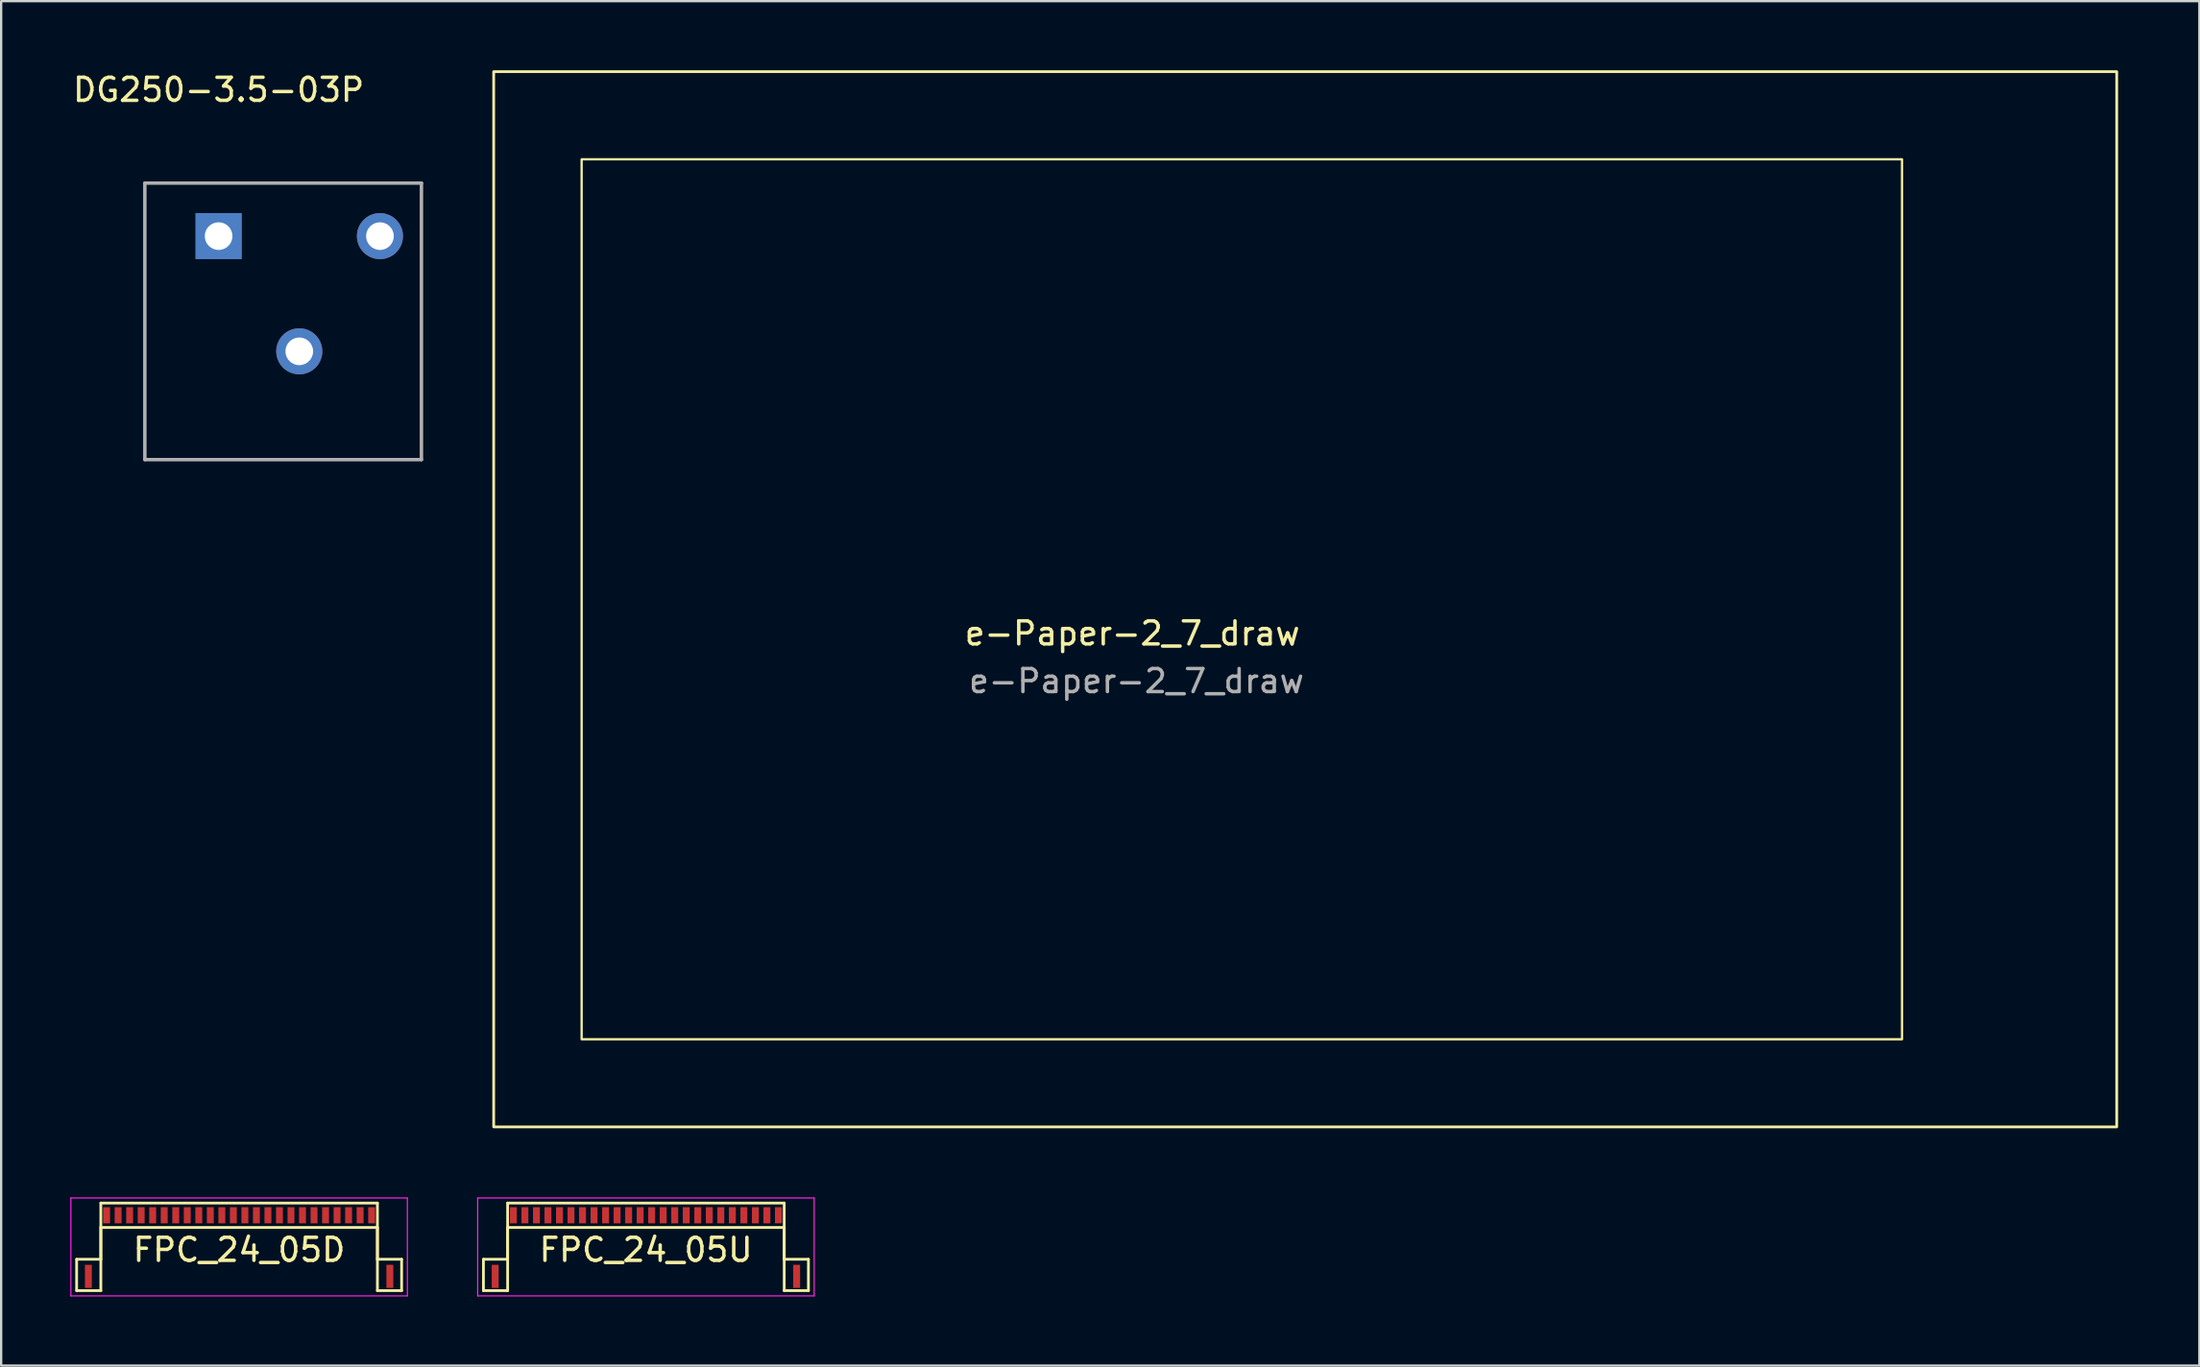
<source format=kicad_pcb>
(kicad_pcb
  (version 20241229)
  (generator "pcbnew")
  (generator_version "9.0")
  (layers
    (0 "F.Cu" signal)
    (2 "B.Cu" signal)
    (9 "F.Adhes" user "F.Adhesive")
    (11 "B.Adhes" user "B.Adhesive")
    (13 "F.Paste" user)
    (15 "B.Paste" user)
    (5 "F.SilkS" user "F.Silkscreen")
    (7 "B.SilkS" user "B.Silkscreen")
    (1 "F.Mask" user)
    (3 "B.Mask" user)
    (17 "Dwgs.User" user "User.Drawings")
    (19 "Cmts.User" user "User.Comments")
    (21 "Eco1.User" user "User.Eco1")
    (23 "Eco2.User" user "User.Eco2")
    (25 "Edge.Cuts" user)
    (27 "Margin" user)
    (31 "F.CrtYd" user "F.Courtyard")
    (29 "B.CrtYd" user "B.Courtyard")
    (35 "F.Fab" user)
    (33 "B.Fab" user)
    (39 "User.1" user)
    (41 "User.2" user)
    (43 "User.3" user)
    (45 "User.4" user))
  (footprint "DG250-3.5-03P"
    (layer "F.Cu")
    (at 6.435 7.198)
    (property "Reference" "DG250-3.5-03P" (at 0 -6.35 0) (layer "F.SilkS") (effects (font (size 1 1) (thickness 0.15))))
    (attr through_hole)
    (fp_line (start -3.2 -2.3) (end -3.2 9.7) (stroke (width 0.15) (type solid)) (layer "F.Fab"))
    (fp_line (start -3.2 -2.3) (end 8.8 -2.3) (stroke (width 0.15) (type solid)) (layer "F.Fab"))
    (fp_line (start -3.2 9.7) (end 8.8 9.7) (stroke (width 0.15) (type solid)) (layer "F.Fab"))
    (fp_line (start 8.8 -2.3) (end 8.8 9.7) (stroke (width 0.15) (type solid)) (layer "F.Fab"))
    (pad "1" thru_hole rect (at 0 0) (size 2 2) (drill 1.2) (layers "*.Cu" "*.Mask"))
    (pad "2" thru_hole circle (at 3.5 5) (size 2 2) (drill 1.2) (layers "*.Cu" "*.Mask"))
    (pad "3" thru_hole circle (at 7 0) (size 2 2) (drill 1.2) (layers "*.Cu" "*.Mask")))
  (footprint "e-Paper-2_7_draw"
    (layer "F.Cu")
    (at 50.83 22.96)
    (property "Reference" "e-Paper-2_7_draw" (at -4.75 1.48 0) (unlocked yes) (layer "F.SilkS") (effects (font (size 1 1) (thickness 0.15))))
    (fp_rect (start -32.46 -22.9) (end 37.96 22.9) (stroke (width 0.12) (type solid)) (fill no) (layer "F.SilkS"))
    (fp_rect (start -28.644 -19.096) (end 28.644 19.096) (stroke (width 0.1) (type solid)) (fill no) (layer "F.SilkS"))
    (fp_line (start -27.46 -9.1) (end 38.54 -9.1) (stroke (width 0.01) (type solid)) (layer "Eco1.User"))
    (fp_circle (center 30.754 17.096) (end 31.754 17.096) (stroke (width 0.12) (type solid)) (fill no) (layer "Eco1.User"))
    (fp_poly (pts (xy 29.144 14.596) (xy 33.054 14.596) (xy 33.054 19.596) (xy -29.144 19.596) (xy -29.144 -19.596) (xy 29.144 -19.596)) (stroke (width 0.08) (type solid)) (fill no) (layer "Eco1.User"))
    (fp_poly (pts (xy 30.794 12.956) (xy 34.704 12.956) (xy 34.704 21.246) (xy -30.794 21.246) (xy -30.794 -21.246) (xy 30.794 -21.246)) (stroke (width 0.12) (type solid)) (fill no) (layer "Eco1.User"))
    (fp_line (start -27.46 -16.85) (end 38.54 -16.85) (stroke (width 0.01) (type solid)) (layer "Eco2.User"))
    (fp_line (start -27.46 -1.35) (end 38.54 -1.35) (stroke (width 0.01) (type solid)) (layer "Eco2.User"))
    (fp_rect (start -24.46 -14.9) (end 29.96 14.9) (stroke (width 0.1) (type dash)) (fill no) (layer "Eco2.User"))
    (fp_text user "24" (at 36.39 -15.84 0) (unlocked yes) (layer "Eco1.User") (effects (font (size 1 1) (thickness 0.15))))
    (fp_text user "L wire = 24,00 mm" (at 19.99 -13.23 0) (unlocked yes) (layer "Eco1.User") (effects (font (size 1 1) (thickness 0.15))))
    (fp_text user "1" (at 36.47 -2.14 0) (unlocked yes) (layer "Eco1.User") (effects (font (size 1 1) (thickness 0.15))))
    (fp_text user "${REFERENCE}" (at -4.57 3.55 0) (unlocked yes) (layer "F.Fab") (effects (font (size 1 1) (thickness 0.15)))))
  (footprint "FPC_24_05U"
    (layer "F.Cu")
    (at 24.975 49.695)
    (property "Reference" "FPC_24_05U" (at 0 1.5 0) (layer "F.SilkS") (effects (font (size 1 1) (thickness 0.15))))
    (attr smd)
    (fp_line (start -7.05 1.91) (end -6 1.91) (stroke (width 0.12) (type solid)) (layer "F.SilkS"))
    (fp_line (start -7.05 3.27) (end -7.05 1.91) (stroke (width 0.12) (type solid)) (layer "F.SilkS"))
    (fp_line (start -6 -0.53) (end 6 -0.53) (stroke (width 0.12) (type solid)) (layer "F.SilkS"))
    (fp_line (start -6 0.53) (end -6 3.27) (stroke (width 0.12) (type solid)) (layer "F.SilkS"))
    (fp_line (start -6 0.53) (end 6 0.53) (stroke (width 0.12) (type solid)) (layer "F.SilkS"))
    (fp_line (start -6 1.91) (end -6 -0.53) (stroke (width 0.12) (type solid)) (layer "F.SilkS"))
    (fp_line (start -6 3.27) (end -7.05 3.27) (stroke (width 0.12) (type solid)) (layer "F.SilkS"))
    (fp_line (start 6 0.53) (end 6 3.27) (stroke (width 0.12) (type solid)) (layer "F.SilkS"))
    (fp_line (start 6 1.91) (end 6 -0.53) (stroke (width 0.12) (type solid)) (layer "F.SilkS"))
    (fp_line (start 6 3.27) (end 7.05 3.27) (stroke (width 0.12) (type solid)) (layer "F.SilkS"))
    (fp_line (start 7.05 1.91) (end 6 1.91) (stroke (width 0.12) (type solid)) (layer "F.SilkS"))
    (fp_line (start 7.05 3.27) (end 7.05 1.91) (stroke (width 0.12) (type solid)) (layer "F.SilkS"))
    (fp_line (start -7.3 -0.75) (end -7.3 3.5) (stroke (width 0.05) (type solid)) (layer "F.CrtYd"))
    (fp_line (start -7.3 -0.75) (end 7.3 -0.75) (stroke (width 0.05) (type solid)) (layer "F.CrtYd"))
    (fp_line (start -7.3 3.5) (end 7.3 3.5) (stroke (width 0.05) (type solid)) (layer "F.CrtYd"))
    (fp_line (start 7.3 -0.75) (end 7.3 3.5) (stroke (width 0.05) (type solid)) (layer "F.CrtYd"))
    (pad "0" smd rect (at -6.54 2.65) (size 0.3 1) (layers "F.Cu" "F.Mask" "F.Paste"))
    (pad "0" smd rect (at 6.54 2.65) (size 0.3 1) (layers "F.Cu" "F.Mask" "F.Paste"))
    (pad "1" smd rect (at 5.75 0) (size 0.3 0.7) (layers "F.Cu" "F.Mask" "F.Paste"))
    (pad "2" smd rect (at 5.25 0) (size 0.3 0.7) (layers "F.Cu" "F.Mask" "F.Paste"))
    (pad "3" smd rect (at 4.75 0) (size 0.3 0.7) (layers "F.Cu" "F.Mask" "F.Paste"))
    (pad "4" smd rect (at 4.25 0) (size 0.3 0.7) (layers "F.Cu" "F.Mask" "F.Paste"))
    (pad "5" smd rect (at 3.75 0) (size 0.3 0.7) (layers "F.Cu" "F.Mask" "F.Paste"))
    (pad "6" smd rect (at 3.25 0) (size 0.3 0.7) (layers "F.Cu" "F.Mask" "F.Paste"))
    (pad "7" smd rect (at 2.75 0) (size 0.3 0.7) (layers "F.Cu" "F.Mask" "F.Paste"))
    (pad "8" smd rect (at 2.25 0) (size 0.3 0.7) (layers "F.Cu" "F.Mask" "F.Paste"))
    (pad "9" smd rect (at 1.75 0) (size 0.3 0.7) (layers "F.Cu" "F.Mask" "F.Paste"))
    (pad "10" smd rect (at 1.25 0) (size 0.3 0.7) (layers "F.Cu" "F.Mask" "F.Paste"))
    (pad "11" smd rect (at 0.75 0) (size 0.3 0.7) (layers "F.Cu" "F.Mask" "F.Paste"))
    (pad "12" smd rect (at 0.25 0) (size 0.3 0.7) (layers "F.Cu" "F.Mask" "F.Paste"))
    (pad "13" smd rect (at -0.25 0) (size 0.3 0.7) (layers "F.Cu" "F.Mask" "F.Paste"))
    (pad "14" smd rect (at -0.75 0) (size 0.3 0.7) (layers "F.Cu" "F.Mask" "F.Paste"))
    (pad "15" smd rect (at -1.25 0) (size 0.3 0.7) (layers "F.Cu" "F.Mask" "F.Paste"))
    (pad "16" smd rect (at -1.75 0) (size 0.3 0.7) (layers "F.Cu" "F.Mask" "F.Paste"))
    (pad "17" smd rect (at -2.25 0) (size 0.3 0.7) (layers "F.Cu" "F.Mask" "F.Paste"))
    (pad "18" smd rect (at -2.75 0) (size 0.3 0.7) (layers "F.Cu" "F.Mask" "F.Paste"))
    (pad "19" smd rect (at -3.25 0) (size 0.3 0.7) (layers "F.Cu" "F.Mask" "F.Paste"))
    (pad "20" smd rect (at -3.75 0) (size 0.3 0.7) (layers "F.Cu" "F.Mask" "F.Paste"))
    (pad "21" smd rect (at -4.25 0) (size 0.3 0.7) (layers "F.Cu" "F.Mask" "F.Paste"))
    (pad "22" smd rect (at -4.75 0) (size 0.3 0.7) (layers "F.Cu" "F.Mask" "F.Paste"))
    (pad "23" smd rect (at -5.25 0) (size 0.3 0.7) (layers "F.Cu" "F.Mask" "F.Paste"))
    (pad "24" smd rect (at -5.75 0) (size 0.3 0.7) (layers "F.Cu" "F.Mask" "F.Paste")))
  (footprint "FPC_24_05D"
    (layer "F.Cu")
    (at 7.325 49.695)
    (property "Reference" "FPC_24_05D" (at 0 1.5 0) (layer "F.SilkS") (effects (font (size 1 1) (thickness 0.15))))
    (attr smd)
    (fp_line (start -7.05 1.91) (end -6 1.91) (stroke (width 0.12) (type solid)) (layer "F.SilkS"))
    (fp_line (start -7.05 3.27) (end -7.05 1.91) (stroke (width 0.12) (type solid)) (layer "F.SilkS"))
    (fp_line (start -6 -0.53) (end 6 -0.53) (stroke (width 0.12) (type solid)) (layer "F.SilkS"))
    (fp_line (start -6 0.53) (end -6 3.27) (stroke (width 0.12) (type solid)) (layer "F.SilkS"))
    (fp_line (start -6 0.53) (end 6 0.53) (stroke (width 0.12) (type solid)) (layer "F.SilkS"))
    (fp_line (start -6 1.91) (end -6 -0.53) (stroke (width 0.12) (type solid)) (layer "F.SilkS"))
    (fp_line (start -6 3.27) (end -7.05 3.27) (stroke (width 0.12) (type solid)) (layer "F.SilkS"))
    (fp_line (start 6 0.53) (end 6 3.27) (stroke (width 0.12) (type solid)) (layer "F.SilkS"))
    (fp_line (start 6 1.91) (end 6 -0.53) (stroke (width 0.12) (type solid)) (layer "F.SilkS"))
    (fp_line (start 6 3.27) (end 7.05 3.27) (stroke (width 0.12) (type solid)) (layer "F.SilkS"))
    (fp_line (start 7.05 1.91) (end 6 1.91) (stroke (width 0.12) (type solid)) (layer "F.SilkS"))
    (fp_line (start 7.05 3.27) (end 7.05 1.91) (stroke (width 0.12) (type solid)) (layer "F.SilkS"))
    (fp_line (start -7.3 -0.75) (end -7.3 3.5) (stroke (width 0.05) (type solid)) (layer "F.CrtYd"))
    (fp_line (start -7.3 -0.75) (end 7.3 -0.75) (stroke (width 0.05) (type solid)) (layer "F.CrtYd"))
    (fp_line (start -7.3 3.5) (end 7.3 3.5) (stroke (width 0.05) (type solid)) (layer "F.CrtYd"))
    (fp_line (start 7.3 -0.75) (end 7.3 3.5) (stroke (width 0.05) (type solid)) (layer "F.CrtYd"))
    (pad "0" smd rect (at -6.54 2.65) (size 0.3 1) (layers "F.Cu" "F.Mask" "F.Paste"))
    (pad "0" smd rect (at 6.54 2.65) (size 0.3 1) (layers "F.Cu" "F.Mask" "F.Paste"))
    (pad "1" smd rect (at -5.75 0) (size 0.3 0.7) (layers "F.Cu" "F.Mask" "F.Paste"))
    (pad "2" smd rect (at -5.25 0) (size 0.3 0.7) (layers "F.Cu" "F.Mask" "F.Paste"))
    (pad "3" smd rect (at -4.75 0) (size 0.3 0.7) (layers "F.Cu" "F.Mask" "F.Paste"))
    (pad "4" smd rect (at -4.25 0) (size 0.3 0.7) (layers "F.Cu" "F.Mask" "F.Paste"))
    (pad "5" smd rect (at -3.75 0) (size 0.3 0.7) (layers "F.Cu" "F.Mask" "F.Paste"))
    (pad "6" smd rect (at -3.25 0) (size 0.3 0.7) (layers "F.Cu" "F.Mask" "F.Paste"))
    (pad "7" smd rect (at -2.75 0) (size 0.3 0.7) (layers "F.Cu" "F.Mask" "F.Paste"))
    (pad "8" smd rect (at -2.25 0) (size 0.3 0.7) (layers "F.Cu" "F.Mask" "F.Paste"))
    (pad "9" smd rect (at -1.75 0) (size 0.3 0.7) (layers "F.Cu" "F.Mask" "F.Paste"))
    (pad "10" smd rect (at -1.25 0) (size 0.3 0.7) (layers "F.Cu" "F.Mask" "F.Paste"))
    (pad "11" smd rect (at -0.75 0) (size 0.3 0.7) (layers "F.Cu" "F.Mask" "F.Paste"))
    (pad "12" smd rect (at -0.25 0) (size 0.3 0.7) (layers "F.Cu" "F.Mask" "F.Paste"))
    (pad "13" smd rect (at 0.25 0) (size 0.3 0.7) (layers "F.Cu" "F.Mask" "F.Paste"))
    (pad "14" smd rect (at 0.75 0) (size 0.3 0.7) (layers "F.Cu" "F.Mask" "F.Paste"))
    (pad "15" smd rect (at 1.25 0) (size 0.3 0.7) (layers "F.Cu" "F.Mask" "F.Paste"))
    (pad "16" smd rect (at 1.75 0) (size 0.3 0.7) (layers "F.Cu" "F.Mask" "F.Paste"))
    (pad "17" smd rect (at 2.25 0) (size 0.3 0.7) (layers "F.Cu" "F.Mask" "F.Paste"))
    (pad "18" smd rect (at 2.75 0) (size 0.3 0.7) (layers "F.Cu" "F.Mask" "F.Paste"))
    (pad "19" smd rect (at 3.25 0) (size 0.3 0.7) (layers "F.Cu" "F.Mask" "F.Paste"))
    (pad "20" smd rect (at 3.75 0) (size 0.3 0.7) (layers "F.Cu" "F.Mask" "F.Paste"))
    (pad "21" smd rect (at 4.25 0) (size 0.3 0.7) (layers "F.Cu" "F.Mask" "F.Paste"))
    (pad "22" smd rect (at 4.75 0) (size 0.3 0.7) (layers "F.Cu" "F.Mask" "F.Paste"))
    (pad "23" smd rect (at 5.25 0) (size 0.3 0.7) (layers "F.Cu" "F.Mask" "F.Paste"))
    (pad "24" smd rect (at 5.75 0) (size 0.3 0.7) (layers "F.Cu" "F.Mask" "F.Paste")))
  (gr_rect
    (start -3 -3)
    (end 92.375 56.22)
    (stroke (width 0.1) (type default))
    (fill no)
    (layer "Edge.Cuts")))
</source>
